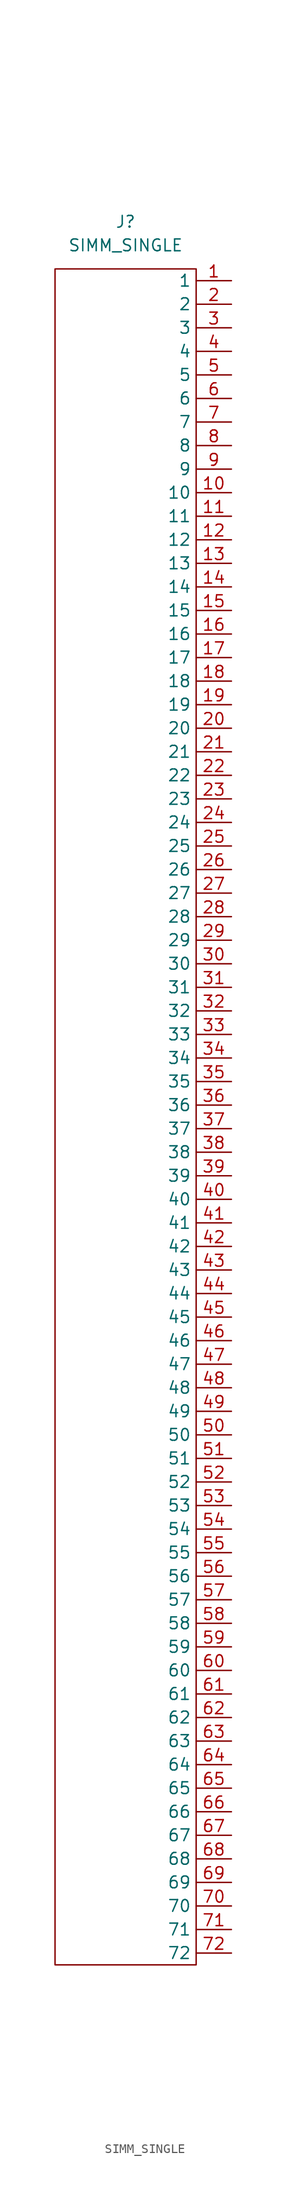
<source format=kicad_sym>
(kicad_symbol_lib
  (version 20211014)
  (generator kicad_symbol_editor)
  (symbol "SIMM_SINGLE"
    (property "Reference" "J"
      (at 0 93.98 0)
      (effects (font (size 1.27 1.27))))
    (property "Value" "SIMM_SINGLE"
      (at 0 91.44 0)
      (effects (font (size 1.27 1.27))))
    (symbol "SIMM_SINGLE_0_1"
      (rectangle (start -7.62 88.9) (end 7.62 -93.98) (stroke (width 0) (type default) (color 0 0 0 0)) (fill (type none))))
    (symbol "SIMM_SINGLE_1_1"
      (pin input line (at 11.43 87.63 180) (length 3.81) (name "1" (effects (font (size 1.27 1.27)))) (number "1" (effects (font (size 1.27 1.27)))))
      (pin input line (at 11.43 64.77 180) (length 3.81) (name "10" (effects (font (size 1.27 1.27)))) (number "10" (effects (font (size 1.27 1.27)))))
      (pin input line (at 11.43 62.23 180) (length 3.81) (name "11" (effects (font (size 1.27 1.27)))) (number "11" (effects (font (size 1.27 1.27)))))
      (pin input line (at 11.43 59.69 180) (length 3.81) (name "12" (effects (font (size 1.27 1.27)))) (number "12" (effects (font (size 1.27 1.27)))))
      (pin input line (at 11.43 57.15 180) (length 3.81) (name "13" (effects (font (size 1.27 1.27)))) (number "13" (effects (font (size 1.27 1.27)))))
      (pin input line (at 11.43 54.61 180) (length 3.81) (name "14" (effects (font (size 1.27 1.27)))) (number "14" (effects (font (size 1.27 1.27)))))
      (pin input line (at 11.43 52.07 180) (length 3.81) (name "15" (effects (font (size 1.27 1.27)))) (number "15" (effects (font (size 1.27 1.27)))))
      (pin input line (at 11.43 49.53 180) (length 3.81) (name "16" (effects (font (size 1.27 1.27)))) (number "16" (effects (font (size 1.27 1.27)))))
      (pin input line (at 11.43 46.99 180) (length 3.81) (name "17" (effects (font (size 1.27 1.27)))) (number "17" (effects (font (size 1.27 1.27)))))
      (pin input line (at 11.43 44.45 180) (length 3.81) (name "18" (effects (font (size 1.27 1.27)))) (number "18" (effects (font (size 1.27 1.27)))))
      (pin input line (at 11.43 41.91 180) (length 3.81) (name "19" (effects (font (size 1.27 1.27)))) (number "19" (effects (font (size 1.27 1.27)))))
      (pin input line (at 11.43 85.09 180) (length 3.81) (name "2" (effects (font (size 1.27 1.27)))) (number "2" (effects (font (size 1.27 1.27)))))
      (pin input line (at 11.43 39.37 180) (length 3.81) (name "20" (effects (font (size 1.27 1.27)))) (number "20" (effects (font (size 1.27 1.27)))))
      (pin input line (at 11.43 36.83 180) (length 3.81) (name "21" (effects (font (size 1.27 1.27)))) (number "21" (effects (font (size 1.27 1.27)))))
      (pin input line (at 11.43 34.29 180) (length 3.81) (name "22" (effects (font (size 1.27 1.27)))) (number "22" (effects (font (size 1.27 1.27)))))
      (pin input line (at 11.43 31.75 180) (length 3.81) (name "23" (effects (font (size 1.27 1.27)))) (number "23" (effects (font (size 1.27 1.27)))))
      (pin input line (at 11.43 29.21 180) (length 3.81) (name "24" (effects (font (size 1.27 1.27)))) (number "24" (effects (font (size 1.27 1.27)))))
      (pin input line (at 11.43 26.67 180) (length 3.81) (name "25" (effects (font (size 1.27 1.27)))) (number "25" (effects (font (size 1.27 1.27)))))
      (pin input line (at 11.43 24.13 180) (length 3.81) (name "26" (effects (font (size 1.27 1.27)))) (number "26" (effects (font (size 1.27 1.27)))))
      (pin input line (at 11.43 21.59 180) (length 3.81) (name "27" (effects (font (size 1.27 1.27)))) (number "27" (effects (font (size 1.27 1.27)))))
      (pin input line (at 11.43 19.05 180) (length 3.81) (name "28" (effects (font (size 1.27 1.27)))) (number "28" (effects (font (size 1.27 1.27)))))
      (pin input line (at 11.43 16.51 180) (length 3.81) (name "29" (effects (font (size 1.27 1.27)))) (number "29" (effects (font (size 1.27 1.27)))))
      (pin input line (at 11.43 82.55 180) (length 3.81) (name "3" (effects (font (size 1.27 1.27)))) (number "3" (effects (font (size 1.27 1.27)))))
      (pin input line (at 11.43 13.97 180) (length 3.81) (name "30" (effects (font (size 1.27 1.27)))) (number "30" (effects (font (size 1.27 1.27)))))
      (pin input line (at 11.43 11.43 180) (length 3.81) (name "31" (effects (font (size 1.27 1.27)))) (number "31" (effects (font (size 1.27 1.27)))))
      (pin input line (at 11.43 8.89 180) (length 3.81) (name "32" (effects (font (size 1.27 1.27)))) (number "32" (effects (font (size 1.27 1.27)))))
      (pin input line (at 11.43 6.35 180) (length 3.81) (name "33" (effects (font (size 1.27 1.27)))) (number "33" (effects (font (size 1.27 1.27)))))
      (pin input line (at 11.43 3.81 180) (length 3.81) (name "34" (effects (font (size 1.27 1.27)))) (number "34" (effects (font (size 1.27 1.27)))))
      (pin input line (at 11.43 1.27 180) (length 3.81) (name "35" (effects (font (size 1.27 1.27)))) (number "35" (effects (font (size 1.27 1.27)))))
      (pin input line (at 11.43 -1.27 180) (length 3.81) (name "36" (effects (font (size 1.27 1.27)))) (number "36" (effects (font (size 1.27 1.27)))))
      (pin input line (at 11.43 -3.81 180) (length 3.81) (name "37" (effects (font (size 1.27 1.27)))) (number "37" (effects (font (size 1.27 1.27)))))
      (pin input line (at 11.43 -6.35 180) (length 3.81) (name "38" (effects (font (size 1.27 1.27)))) (number "38" (effects (font (size 1.27 1.27)))))
      (pin input line (at 11.43 -8.89 180) (length 3.81) (name "39" (effects (font (size 1.27 1.27)))) (number "39" (effects (font (size 1.27 1.27)))))
      (pin input line (at 11.43 80.01 180) (length 3.81) (name "4" (effects (font (size 1.27 1.27)))) (number "4" (effects (font (size 1.27 1.27)))))
      (pin input line (at 11.43 -11.43 180) (length 3.81) (name "40" (effects (font (size 1.27 1.27)))) (number "40" (effects (font (size 1.27 1.27)))))
      (pin input line (at 11.43 -13.97 180) (length 3.81) (name "41" (effects (font (size 1.27 1.27)))) (number "41" (effects (font (size 1.27 1.27)))))
      (pin input line (at 11.43 -16.51 180) (length 3.81) (name "42" (effects (font (size 1.27 1.27)))) (number "42" (effects (font (size 1.27 1.27)))))
      (pin input line (at 11.43 -19.05 180) (length 3.81) (name "43" (effects (font (size 1.27 1.27)))) (number "43" (effects (font (size 1.27 1.27)))))
      (pin input line (at 11.43 -21.59 180) (length 3.81) (name "44" (effects (font (size 1.27 1.27)))) (number "44" (effects (font (size 1.27 1.27)))))
      (pin input line (at 11.43 -24.13 180) (length 3.81) (name "45" (effects (font (size 1.27 1.27)))) (number "45" (effects (font (size 1.27 1.27)))))
      (pin input line (at 11.43 -26.67 180) (length 3.81) (name "46" (effects (font (size 1.27 1.27)))) (number "46" (effects (font (size 1.27 1.27)))))
      (pin input line (at 11.43 -29.21 180) (length 3.81) (name "47" (effects (font (size 1.27 1.27)))) (number "47" (effects (font (size 1.27 1.27)))))
      (pin input line (at 11.43 -31.75 180) (length 3.81) (name "48" (effects (font (size 1.27 1.27)))) (number "48" (effects (font (size 1.27 1.27)))))
      (pin input line (at 11.43 -34.29 180) (length 3.81) (name "49" (effects (font (size 1.27 1.27)))) (number "49" (effects (font (size 1.27 1.27)))))
      (pin input line (at 11.43 77.47 180) (length 3.81) (name "5" (effects (font (size 1.27 1.27)))) (number "5" (effects (font (size 1.27 1.27)))))
      (pin input line (at 11.43 -36.83 180) (length 3.81) (name "50" (effects (font (size 1.27 1.27)))) (number "50" (effects (font (size 1.27 1.27)))))
      (pin input line (at 11.43 -39.37 180) (length 3.81) (name "51" (effects (font (size 1.27 1.27)))) (number "51" (effects (font (size 1.27 1.27)))))
      (pin input line (at 11.43 -41.91 180) (length 3.81) (name "52" (effects (font (size 1.27 1.27)))) (number "52" (effects (font (size 1.27 1.27)))))
      (pin input line (at 11.43 -44.45 180) (length 3.81) (name "53" (effects (font (size 1.27 1.27)))) (number "53" (effects (font (size 1.27 1.27)))))
      (pin input line (at 11.43 -46.99 180) (length 3.81) (name "54" (effects (font (size 1.27 1.27)))) (number "54" (effects (font (size 1.27 1.27)))))
      (pin input line (at 11.43 -49.53 180) (length 3.81) (name "55" (effects (font (size 1.27 1.27)))) (number "55" (effects (font (size 1.27 1.27)))))
      (pin input line (at 11.43 -52.07 180) (length 3.81) (name "56" (effects (font (size 1.27 1.27)))) (number "56" (effects (font (size 1.27 1.27)))))
      (pin input line (at 11.43 -54.61 180) (length 3.81) (name "57" (effects (font (size 1.27 1.27)))) (number "57" (effects (font (size 1.27 1.27)))))
      (pin input line (at 11.43 -57.15 180) (length 3.81) (name "58" (effects (font (size 1.27 1.27)))) (number "58" (effects (font (size 1.27 1.27)))))
      (pin input line (at 11.43 -59.69 180) (length 3.81) (name "59" (effects (font (size 1.27 1.27)))) (number "59" (effects (font (size 1.27 1.27)))))
      (pin input line (at 11.43 74.93 180) (length 3.81) (name "6" (effects (font (size 1.27 1.27)))) (number "6" (effects (font (size 1.27 1.27)))))
      (pin input line (at 11.43 -62.23 180) (length 3.81) (name "60" (effects (font (size 1.27 1.27)))) (number "60" (effects (font (size 1.27 1.27)))))
      (pin input line (at 11.43 -64.77 180) (length 3.81) (name "61" (effects (font (size 1.27 1.27)))) (number "61" (effects (font (size 1.27 1.27)))))
      (pin input line (at 11.43 -67.31 180) (length 3.81) (name "62" (effects (font (size 1.27 1.27)))) (number "62" (effects (font (size 1.27 1.27)))))
      (pin input line (at 11.43 -69.85 180) (length 3.81) (name "63" (effects (font (size 1.27 1.27)))) (number "63" (effects (font (size 1.27 1.27)))))
      (pin input line (at 11.43 -72.39 180) (length 3.81) (name "64" (effects (font (size 1.27 1.27)))) (number "64" (effects (font (size 1.27 1.27)))))
      (pin input line (at 11.43 -74.93 180) (length 3.81) (name "65" (effects (font (size 1.27 1.27)))) (number "65" (effects (font (size 1.27 1.27)))))
      (pin input line (at 11.43 -77.47 180) (length 3.81) (name "66" (effects (font (size 1.27 1.27)))) (number "66" (effects (font (size 1.27 1.27)))))
      (pin input line (at 11.43 -80.01 180) (length 3.81) (name "67" (effects (font (size 1.27 1.27)))) (number "67" (effects (font (size 1.27 1.27)))))
      (pin input line (at 11.43 -82.55 180) (length 3.81) (name "68" (effects (font (size 1.27 1.27)))) (number "68" (effects (font (size 1.27 1.27)))))
      (pin input line (at 11.43 -85.09 180) (length 3.81) (name "69" (effects (font (size 1.27 1.27)))) (number "69" (effects (font (size 1.27 1.27)))))
      (pin input line (at 11.43 72.39 180) (length 3.81) (name "7" (effects (font (size 1.27 1.27)))) (number "7" (effects (font (size 1.27 1.27)))))
      (pin input line (at 11.43 -87.63 180) (length 3.81) (name "70" (effects (font (size 1.27 1.27)))) (number "70" (effects (font (size 1.27 1.27)))))
      (pin input line (at 11.43 -90.17 180) (length 3.81) (name "71" (effects (font (size 1.27 1.27)))) (number "71" (effects (font (size 1.27 1.27)))))
      (pin input line (at 11.43 -92.71 180) (length 3.81) (name "72" (effects (font (size 1.27 1.27)))) (number "72" (effects (font (size 1.27 1.27)))))
      (pin input line (at 11.43 69.85 180) (length 3.81) (name "8" (effects (font (size 1.27 1.27)))) (number "8" (effects (font (size 1.27 1.27)))))
      (pin input line (at 11.43 67.31 180) (length 3.81) (name "9" (effects (font (size 1.27 1.27)))) (number "9" (effects (font (size 1.27 1.27))))))))
</source>
